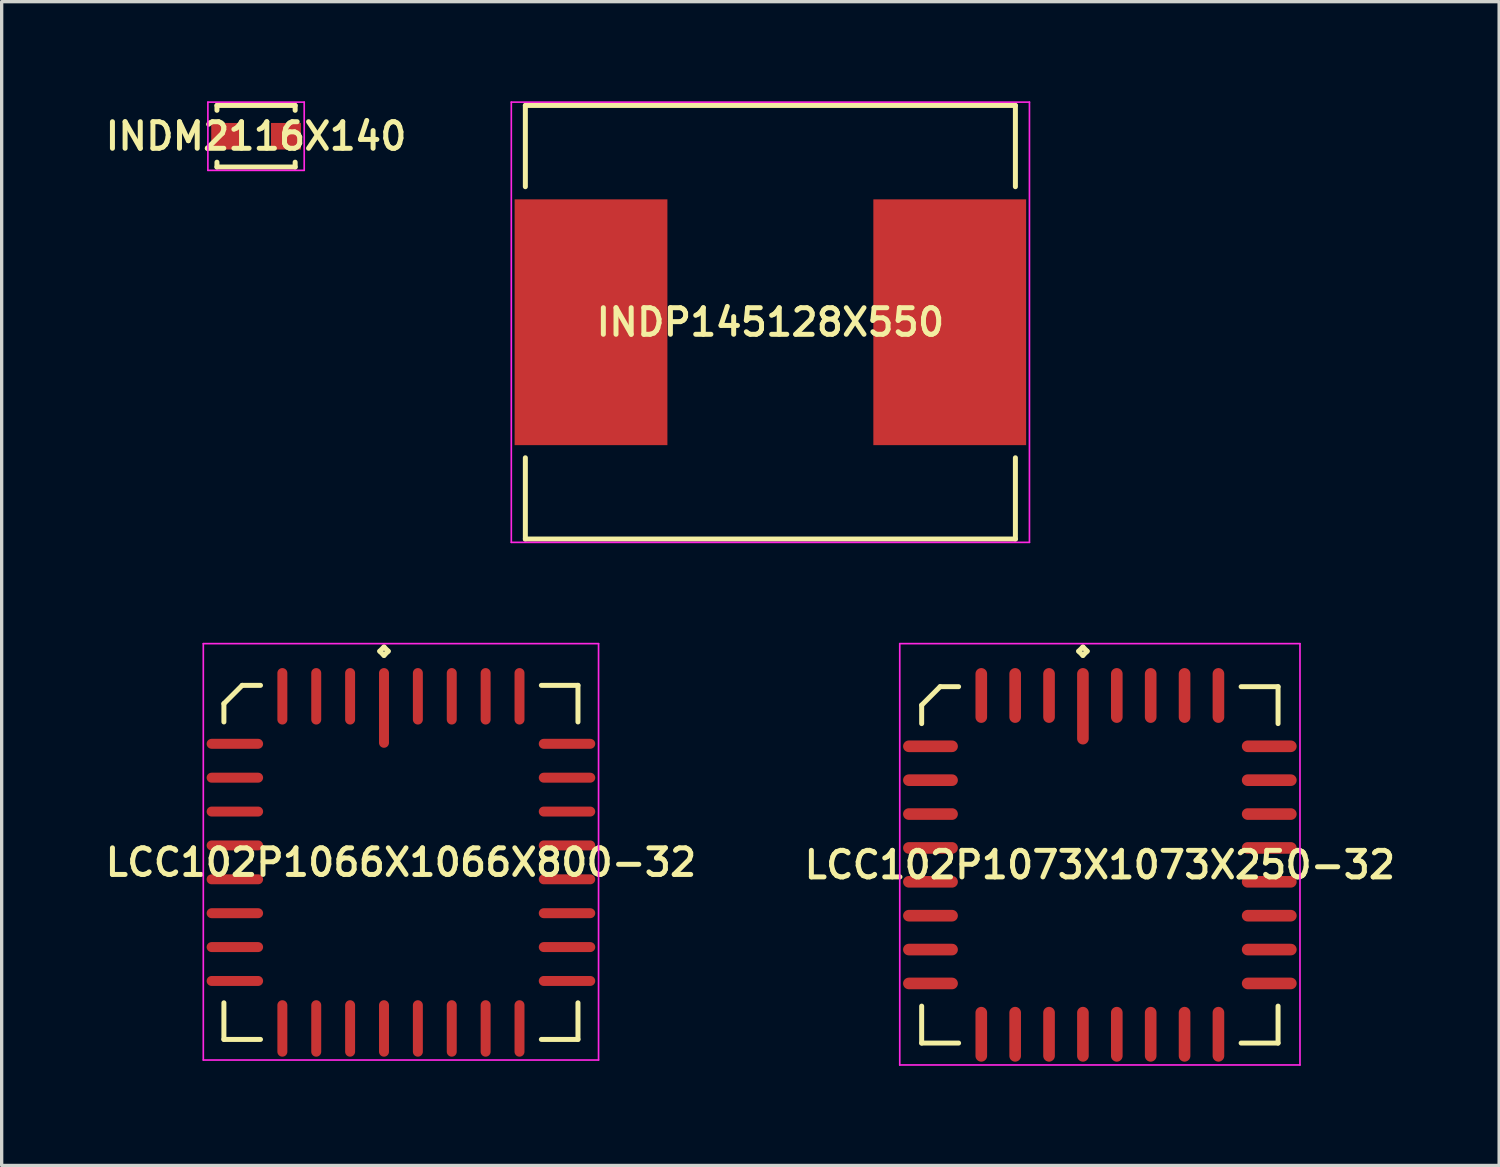
<source format=kicad_pcb>
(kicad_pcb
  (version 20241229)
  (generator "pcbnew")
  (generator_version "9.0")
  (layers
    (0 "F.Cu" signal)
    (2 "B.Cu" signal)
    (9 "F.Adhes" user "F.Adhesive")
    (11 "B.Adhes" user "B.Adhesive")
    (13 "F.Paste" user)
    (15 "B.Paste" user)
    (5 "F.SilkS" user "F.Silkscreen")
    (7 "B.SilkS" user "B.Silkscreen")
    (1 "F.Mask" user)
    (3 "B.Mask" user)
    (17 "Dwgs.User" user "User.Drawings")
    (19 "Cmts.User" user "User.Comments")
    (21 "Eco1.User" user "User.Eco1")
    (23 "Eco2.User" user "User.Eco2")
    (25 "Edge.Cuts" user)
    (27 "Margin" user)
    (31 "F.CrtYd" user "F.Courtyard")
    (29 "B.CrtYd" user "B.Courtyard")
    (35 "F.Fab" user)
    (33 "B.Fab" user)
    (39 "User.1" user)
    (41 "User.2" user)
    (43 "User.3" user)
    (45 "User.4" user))
  (footprint "LCC102P1073X1073X250-32"
    (layer "F.Cu")
    (at 30.064 22.989)
    (property "Reference" "LCC102P1073X1073X250-32" (at 0 0 0) (layer "F.SilkS") (effects (font (size 0.8 0.8) (thickness 0.15))))
    (attr smd)
    (fp_line (start -5.365 -4.809) (end -4.809 -5.365) (stroke (width 0.15) (type solid)) (layer "F.SilkS"))
    (fp_line (start -5.365 -4.253) (end -5.365 -4.809) (stroke (width 0.15) (type solid)) (layer "F.SilkS"))
    (fp_line (start -5.365 4.253) (end -5.365 5.365) (stroke (width 0.15) (type solid)) (layer "F.SilkS"))
    (fp_line (start -5.365 5.365) (end -4.253 5.365) (stroke (width 0.15) (type solid)) (layer "F.SilkS"))
    (fp_line (start -4.809 -5.365) (end -4.253 -5.365) (stroke (width 0.15) (type solid)) (layer "F.SilkS"))
    (fp_line (start -0.637 -6.433) (end -0.51 -6.56) (stroke (width 0.15) (type solid)) (layer "F.SilkS"))
    (fp_line (start -0.51 -6.56) (end -0.383 -6.433) (stroke (width 0.15) (type solid)) (layer "F.SilkS"))
    (fp_line (start -0.51 -6.306) (end -0.637 -6.433) (stroke (width 0.15) (type solid)) (layer "F.SilkS"))
    (fp_line (start -0.383 -6.433) (end -0.51 -6.306) (stroke (width 0.15) (type solid)) (layer "F.SilkS"))
    (fp_line (start 5.365 -5.365) (end 4.253 -5.365) (stroke (width 0.15) (type solid)) (layer "F.SilkS"))
    (fp_line (start 5.365 -4.253) (end 5.365 -5.365) (stroke (width 0.15) (type solid)) (layer "F.SilkS"))
    (fp_line (start 5.365 4.253) (end 5.365 5.365) (stroke (width 0.15) (type solid)) (layer "F.SilkS"))
    (fp_line (start 5.365 5.365) (end 4.253 5.365) (stroke (width 0.15) (type solid)) (layer "F.SilkS"))
    (fp_line (start -6.025 -6.66) (end 6.025 -6.66) (stroke (width 0.05) (type solid)) (layer "F.CrtYd"))
    (fp_line (start -6.025 6.025) (end -6.025 -6.66) (stroke (width 0.05) (type solid)) (layer "F.CrtYd"))
    (fp_line (start 6.025 -6.66) (end 6.025 6.025) (stroke (width 0.05) (type solid)) (layer "F.CrtYd"))
    (fp_line (start 6.025 6.025) (end -6.025 6.025) (stroke (width 0.05) (type solid)) (layer "F.CrtYd"))
    (pad "1" smd oval (at -0.51 -4.775) (size 0.35 2.3) (layers "F.Cu" "F.Mask" "F.Paste"))
    (pad "2" smd oval (at -1.53 -5.1) (size 0.35 1.65) (layers "F.Cu" "F.Mask" "F.Paste"))
    (pad "3" smd oval (at -2.55 -5.1) (size 0.35 1.65) (layers "F.Cu" "F.Mask" "F.Paste"))
    (pad "4" smd oval (at -3.57 -5.1) (size 0.35 1.65) (layers "F.Cu" "F.Mask" "F.Paste"))
    (pad "5" smd oval (at -5.1 -3.57) (size 1.65 0.35) (layers "F.Cu" "F.Mask" "F.Paste"))
    (pad "6" smd oval (at -5.1 -2.55) (size 1.65 0.35) (layers "F.Cu" "F.Mask" "F.Paste"))
    (pad "7" smd oval (at -5.1 -1.53) (size 1.65 0.35) (layers "F.Cu" "F.Mask" "F.Paste"))
    (pad "8" smd oval (at -5.1 -0.51) (size 1.65 0.35) (layers "F.Cu" "F.Mask" "F.Paste"))
    (pad "9" smd oval (at -5.1 0.51) (size 1.65 0.35) (layers "F.Cu" "F.Mask" "F.Paste"))
    (pad "10" smd oval (at -5.1 1.53) (size 1.65 0.35) (layers "F.Cu" "F.Mask" "F.Paste"))
    (pad "11" smd oval (at -5.1 2.55) (size 1.65 0.35) (layers "F.Cu" "F.Mask" "F.Paste"))
    (pad "12" smd oval (at -5.1 3.57) (size 1.65 0.35) (layers "F.Cu" "F.Mask" "F.Paste"))
    (pad "13" smd oval (at -3.57 5.1) (size 0.35 1.65) (layers "F.Cu" "F.Mask" "F.Paste"))
    (pad "14" smd oval (at -2.55 5.1) (size 0.35 1.65) (layers "F.Cu" "F.Mask" "F.Paste"))
    (pad "15" smd oval (at -1.53 5.1) (size 0.35 1.65) (layers "F.Cu" "F.Mask" "F.Paste"))
    (pad "16" smd oval (at -0.51 5.1) (size 0.35 1.65) (layers "F.Cu" "F.Mask" "F.Paste"))
    (pad "17" smd oval (at 0.51 5.1) (size 0.35 1.65) (layers "F.Cu" "F.Mask" "F.Paste"))
    (pad "18" smd oval (at 1.53 5.1) (size 0.35 1.65) (layers "F.Cu" "F.Mask" "F.Paste"))
    (pad "19" smd oval (at 2.55 5.1) (size 0.35 1.65) (layers "F.Cu" "F.Mask" "F.Paste"))
    (pad "20" smd oval (at 3.57 5.1) (size 0.35 1.65) (layers "F.Cu" "F.Mask" "F.Paste"))
    (pad "21" smd oval (at 5.1 3.57) (size 1.65 0.35) (layers "F.Cu" "F.Mask" "F.Paste"))
    (pad "22" smd oval (at 5.1 2.55) (size 1.65 0.35) (layers "F.Cu" "F.Mask" "F.Paste"))
    (pad "23" smd oval (at 5.1 1.53) (size 1.65 0.35) (layers "F.Cu" "F.Mask" "F.Paste"))
    (pad "24" smd oval (at 5.1 0.51) (size 1.65 0.35) (layers "F.Cu" "F.Mask" "F.Paste"))
    (pad "25" smd oval (at 5.1 -0.51) (size 1.65 0.35) (layers "F.Cu" "F.Mask" "F.Paste"))
    (pad "26" smd oval (at 5.1 -1.53) (size 1.65 0.35) (layers "F.Cu" "F.Mask" "F.Paste"))
    (pad "27" smd oval (at 5.1 -2.55) (size 1.65 0.35) (layers "F.Cu" "F.Mask" "F.Paste"))
    (pad "28" smd oval (at 5.1 -3.57) (size 1.65 0.35) (layers "F.Cu" "F.Mask" "F.Paste"))
    (pad "29" smd oval (at 3.57 -5.1) (size 0.35 1.65) (layers "F.Cu" "F.Mask" "F.Paste"))
    (pad "30" smd oval (at 2.55 -5.1) (size 0.35 1.65) (layers "F.Cu" "F.Mask" "F.Paste"))
    (pad "31" smd oval (at 1.53 -5.1) (size 0.35 1.65) (layers "F.Cu" "F.Mask" "F.Paste"))
    (pad "32" smd oval (at 0.51 -5.1) (size 0.35 1.65) (layers "F.Cu" "F.Mask" "F.Paste")))
  (footprint "LCC102P1066X1066X800-32"
    (layer "F.Cu")
    (at 9.021 22.914)
    (property "Reference" "LCC102P1066X1066X800-32" (at 0 0 0) (layer "F.SilkS") (effects (font (size 0.8 0.8) (thickness 0.15))))
    (attr smd)
    (fp_line (start -5.33 -4.779) (end -4.779 -5.33) (stroke (width 0.15) (type solid)) (layer "F.SilkS"))
    (fp_line (start -5.33 -4.228) (end -5.33 -4.779) (stroke (width 0.15) (type solid)) (layer "F.SilkS"))
    (fp_line (start -5.33 4.228) (end -5.33 5.33) (stroke (width 0.15) (type solid)) (layer "F.SilkS"))
    (fp_line (start -5.33 5.33) (end -4.228 5.33) (stroke (width 0.15) (type solid)) (layer "F.SilkS"))
    (fp_line (start -4.779 -5.33) (end -4.228 -5.33) (stroke (width 0.15) (type solid)) (layer "F.SilkS"))
    (fp_line (start -0.637 -6.358) (end -0.51 -6.485) (stroke (width 0.15) (type solid)) (layer "F.SilkS"))
    (fp_line (start -0.51 -6.485) (end -0.383 -6.358) (stroke (width 0.15) (type solid)) (layer "F.SilkS"))
    (fp_line (start -0.51 -6.231) (end -0.637 -6.358) (stroke (width 0.15) (type solid)) (layer "F.SilkS"))
    (fp_line (start -0.383 -6.358) (end -0.51 -6.231) (stroke (width 0.15) (type solid)) (layer "F.SilkS"))
    (fp_line (start 5.33 -5.33) (end 4.228 -5.33) (stroke (width 0.15) (type solid)) (layer "F.SilkS"))
    (fp_line (start 5.33 -4.228) (end 5.33 -5.33) (stroke (width 0.15) (type solid)) (layer "F.SilkS"))
    (fp_line (start 5.33 4.228) (end 5.33 5.33) (stroke (width 0.15) (type solid)) (layer "F.SilkS"))
    (fp_line (start 5.33 5.33) (end 4.228 5.33) (stroke (width 0.15) (type solid)) (layer "F.SilkS"))
    (fp_line (start -5.95 -6.585) (end 5.95 -6.585) (stroke (width 0.05) (type solid)) (layer "F.CrtYd"))
    (fp_line (start -5.95 5.95) (end -5.95 -6.585) (stroke (width 0.05) (type solid)) (layer "F.CrtYd"))
    (fp_line (start 5.95 -6.585) (end 5.95 5.95) (stroke (width 0.05) (type solid)) (layer "F.CrtYd"))
    (fp_line (start 5.95 5.95) (end -5.95 5.95) (stroke (width 0.05) (type solid)) (layer "F.CrtYd"))
    (pad "1" smd oval (at -0.51 -4.65) (size 0.3 2.4) (layers "F.Cu" "F.Mask" "F.Paste"))
    (pad "2" smd oval (at -1.53 -5) (size 0.3 1.7) (layers "F.Cu" "F.Mask" "F.Paste"))
    (pad "3" smd oval (at -2.55 -5) (size 0.3 1.7) (layers "F.Cu" "F.Mask" "F.Paste"))
    (pad "4" smd oval (at -3.57 -5) (size 0.3 1.7) (layers "F.Cu" "F.Mask" "F.Paste"))
    (pad "5" smd oval (at -5 -3.57) (size 1.7 0.3) (layers "F.Cu" "F.Mask" "F.Paste"))
    (pad "6" smd oval (at -5 -2.55) (size 1.7 0.3) (layers "F.Cu" "F.Mask" "F.Paste"))
    (pad "7" smd oval (at -5 -1.53) (size 1.7 0.3) (layers "F.Cu" "F.Mask" "F.Paste"))
    (pad "8" smd oval (at -5 -0.51) (size 1.7 0.3) (layers "F.Cu" "F.Mask" "F.Paste"))
    (pad "9" smd oval (at -5 0.51) (size 1.7 0.3) (layers "F.Cu" "F.Mask" "F.Paste"))
    (pad "10" smd oval (at -5 1.53) (size 1.7 0.3) (layers "F.Cu" "F.Mask" "F.Paste"))
    (pad "11" smd oval (at -5 2.55) (size 1.7 0.3) (layers "F.Cu" "F.Mask" "F.Paste"))
    (pad "12" smd oval (at -5 3.57) (size 1.7 0.3) (layers "F.Cu" "F.Mask" "F.Paste"))
    (pad "13" smd oval (at -3.57 5) (size 0.3 1.7) (layers "F.Cu" "F.Mask" "F.Paste"))
    (pad "14" smd oval (at -2.55 5) (size 0.3 1.7) (layers "F.Cu" "F.Mask" "F.Paste"))
    (pad "15" smd oval (at -1.53 5) (size 0.3 1.7) (layers "F.Cu" "F.Mask" "F.Paste"))
    (pad "16" smd oval (at -0.51 5) (size 0.3 1.7) (layers "F.Cu" "F.Mask" "F.Paste"))
    (pad "17" smd oval (at 0.51 5) (size 0.3 1.7) (layers "F.Cu" "F.Mask" "F.Paste"))
    (pad "18" smd oval (at 1.53 5) (size 0.3 1.7) (layers "F.Cu" "F.Mask" "F.Paste"))
    (pad "19" smd oval (at 2.55 5) (size 0.3 1.7) (layers "F.Cu" "F.Mask" "F.Paste"))
    (pad "20" smd oval (at 3.57 5) (size 0.3 1.7) (layers "F.Cu" "F.Mask" "F.Paste"))
    (pad "21" smd oval (at 5 3.57) (size 1.7 0.3) (layers "F.Cu" "F.Mask" "F.Paste"))
    (pad "22" smd oval (at 5 2.55) (size 1.7 0.3) (layers "F.Cu" "F.Mask" "F.Paste"))
    (pad "23" smd oval (at 5 1.53) (size 1.7 0.3) (layers "F.Cu" "F.Mask" "F.Paste"))
    (pad "24" smd oval (at 5 0.51) (size 1.7 0.3) (layers "F.Cu" "F.Mask" "F.Paste"))
    (pad "25" smd oval (at 5 -0.51) (size 1.7 0.3) (layers "F.Cu" "F.Mask" "F.Paste"))
    (pad "26" smd oval (at 5 -1.53) (size 1.7 0.3) (layers "F.Cu" "F.Mask" "F.Paste"))
    (pad "27" smd oval (at 5 -2.55) (size 1.7 0.3) (layers "F.Cu" "F.Mask" "F.Paste"))
    (pad "28" smd oval (at 5 -3.57) (size 1.7 0.3) (layers "F.Cu" "F.Mask" "F.Paste"))
    (pad "29" smd oval (at 3.57 -5) (size 0.3 1.7) (layers "F.Cu" "F.Mask" "F.Paste"))
    (pad "30" smd oval (at 2.55 -5) (size 0.3 1.7) (layers "F.Cu" "F.Mask" "F.Paste"))
    (pad "31" smd oval (at 1.53 -5) (size 0.3 1.7) (layers "F.Cu" "F.Mask" "F.Paste"))
    (pad "32" smd oval (at 0.51 -5) (size 0.3 1.7) (layers "F.Cu" "F.Mask" "F.Paste")))
  (footprint "INDM2116X140"
    (layer "F.Cu")
    (at 4.659 1.052)
    (property "Reference" "INDM2116X140" (at 0 0 0) (layer "F.SilkS") (effects (font (size 0.8 0.8) (thickness 0.15))))
    (attr smd)
    (fp_line (start -1.177 -0.927) (end 1.177 -0.927) (stroke (width 0.15) (type solid)) (layer "F.SilkS"))
    (fp_line (start -1.177 -0.781) (end -1.177 -0.927) (stroke (width 0.15) (type solid)) (layer "F.SilkS"))
    (fp_line (start -1.177 0.781) (end -1.177 0.927) (stroke (width 0.15) (type solid)) (layer "F.SilkS"))
    (fp_line (start -1.177 0.927) (end 1.177 0.927) (stroke (width 0.15) (type solid)) (layer "F.SilkS"))
    (fp_line (start 1.177 -0.927) (end 1.177 -0.781) (stroke (width 0.15) (type solid)) (layer "F.SilkS"))
    (fp_line (start 1.177 0.927) (end 1.177 0.781) (stroke (width 0.15) (type solid)) (layer "F.SilkS"))
    (fp_line (start -1.45 -1.027) (end 1.45 -1.027) (stroke (width 0.05) (type solid)) (layer "F.CrtYd"))
    (fp_line (start -1.45 1.027) (end -1.45 -1.027) (stroke (width 0.05) (type solid)) (layer "F.CrtYd"))
    (fp_line (start 1.45 -1.027) (end 1.45 1.027) (stroke (width 0.05) (type solid)) (layer "F.CrtYd"))
    (fp_line (start 1.45 1.027) (end -1.45 1.027) (stroke (width 0.05) (type solid)) (layer "F.CrtYd"))
    (pad "1" smd rect (at -0.9 0) (size 0.9 0.8) (layers "F.Cu" "F.Mask" "F.Paste"))
    (pad "2" smd rect (at 0.9 0) (size 0.9 0.8) (layers "F.Cu" "F.Mask" "F.Paste")))
  (footprint "INDP145128X550"
    (layer "F.Cu")
    (at 20.144 6.652)
    (property "Reference" "INDP145128X550" (at 0 0 0) (layer "F.SilkS") (effects (font (size 0.8 0.8) (thickness 0.15))))
    (attr smd)
    (fp_line (start -7.377 -6.527) (end 7.377 -6.527) (stroke (width 0.15) (type solid)) (layer "F.SilkS"))
    (fp_line (start -7.377 -4.081) (end -7.377 -6.527) (stroke (width 0.15) (type solid)) (layer "F.SilkS"))
    (fp_line (start -7.377 4.081) (end -7.377 6.527) (stroke (width 0.15) (type solid)) (layer "F.SilkS"))
    (fp_line (start -7.377 6.527) (end 7.377 6.527) (stroke (width 0.15) (type solid)) (layer "F.SilkS"))
    (fp_line (start 7.377 -6.527) (end 7.377 -4.081) (stroke (width 0.15) (type solid)) (layer "F.SilkS"))
    (fp_line (start 7.377 6.527) (end 7.377 4.081) (stroke (width 0.15) (type solid)) (layer "F.SilkS"))
    (fp_line (start -7.8 -6.627) (end 7.8 -6.627) (stroke (width 0.05) (type solid)) (layer "F.CrtYd"))
    (fp_line (start -7.8 6.627) (end -7.8 -6.627) (stroke (width 0.05) (type solid)) (layer "F.CrtYd"))
    (fp_line (start 7.8 -6.627) (end 7.8 6.627) (stroke (width 0.05) (type solid)) (layer "F.CrtYd"))
    (fp_line (start 7.8 6.627) (end -7.8 6.627) (stroke (width 0.05) (type solid)) (layer "F.CrtYd"))
    (pad "1" smd rect (at -5.4 0) (size 4.6 7.4) (layers "F.Cu" "F.Mask" "F.Paste"))
    (pad "2" smd rect (at 5.4 0) (size 4.6 7.4) (layers "F.Cu" "F.Mask" "F.Paste")))
  (gr_rect
    (start -3 -3)
    (end 42.085 32.039)
    (stroke (width 0.1) (type default))
    (fill no)
    (layer "Edge.Cuts")))
</source>
